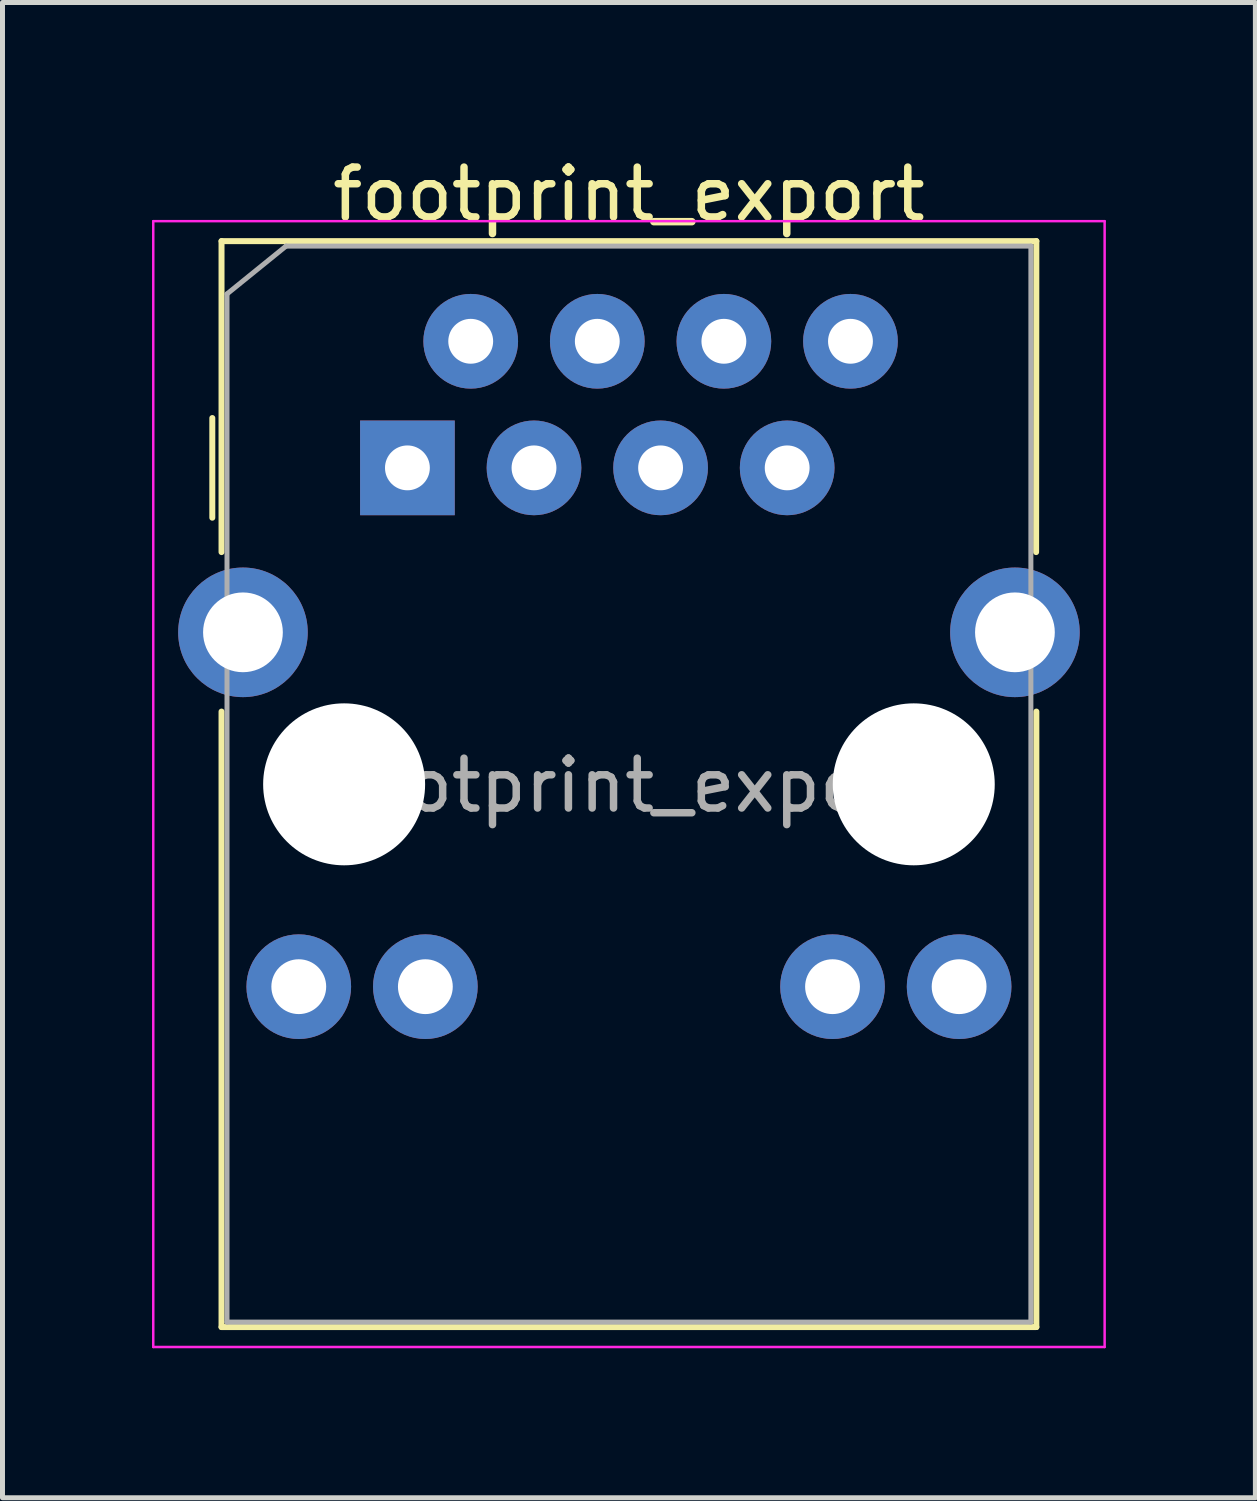
<source format=kicad_pcb>
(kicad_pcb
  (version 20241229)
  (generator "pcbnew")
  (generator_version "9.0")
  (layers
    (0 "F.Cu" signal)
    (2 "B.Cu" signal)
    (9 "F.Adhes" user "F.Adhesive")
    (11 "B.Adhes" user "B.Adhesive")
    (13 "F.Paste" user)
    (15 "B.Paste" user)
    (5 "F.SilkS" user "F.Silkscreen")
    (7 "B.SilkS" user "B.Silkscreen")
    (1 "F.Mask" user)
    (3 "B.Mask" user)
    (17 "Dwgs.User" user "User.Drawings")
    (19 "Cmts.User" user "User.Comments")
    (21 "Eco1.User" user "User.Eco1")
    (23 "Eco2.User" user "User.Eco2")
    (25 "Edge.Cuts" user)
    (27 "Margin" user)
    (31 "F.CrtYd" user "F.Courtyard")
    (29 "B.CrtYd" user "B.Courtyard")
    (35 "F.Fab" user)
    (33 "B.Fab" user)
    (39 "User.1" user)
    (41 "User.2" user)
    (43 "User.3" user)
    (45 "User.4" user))
  (footprint "footprint_export"
    (layer "F.Cu")
    (at 5.125 6.338)
    (property "Reference" "footprint_export" (at 4.445 -5.49 0) (layer "F.SilkS") (effects (font (size 1 1) (thickness 0.15))))
    (attr through_hole)
    (fp_line (start -3.915 -1) (end -3.915 1) (stroke (width 0.12) (type solid)) (layer "F.SilkS"))
    (fp_line (start -3.73 -4.55) (end 12.62 -4.55) (stroke (width 0.12) (type solid)) (layer "F.SilkS"))
    (fp_line (start -3.73 1.69) (end -3.73 -4.55) (stroke (width 0.12) (type solid)) (layer "F.SilkS"))
    (fp_line (start -3.73 17.24) (end -3.73 4.89) (stroke (width 0.12) (type solid)) (layer "F.SilkS"))
    (fp_line (start 12.62 -4.55) (end 12.615 1.69) (stroke (width 0.12) (type solid)) (layer "F.SilkS"))
    (fp_line (start 12.62 4.89) (end 12.62 17.24) (stroke (width 0.12) (type solid)) (layer "F.SilkS"))
    (fp_line (start 12.62 17.24) (end -3.73 17.24) (stroke (width 0.12) (type solid)) (layer "F.SilkS"))
    (fp_line (start -5.1 -4.95) (end -5.1 17.64) (stroke (width 0.05) (type solid)) (layer "F.CrtYd"))
    (fp_line (start -5.1 17.64) (end 13.99 17.64) (stroke (width 0.05) (type solid)) (layer "F.CrtYd"))
    (fp_line (start 13.99 -4.95) (end -5.1 -4.95) (stroke (width 0.05) (type solid)) (layer "F.CrtYd"))
    (fp_line (start 13.99 17.64) (end 13.99 -4.95) (stroke (width 0.05) (type solid)) (layer "F.CrtYd"))
    (fp_line (start -3.62 -3.49) (end -2.435 -4.45) (stroke (width 0.1) (type solid)) (layer "F.Fab"))
    (fp_line (start -3.62 17.14) (end -3.62 -3.49) (stroke (width 0.1) (type solid)) (layer "F.Fab"))
    (fp_line (start -2.435 -4.45) (end 12.51 -4.45) (stroke (width 0.1) (type solid)) (layer "F.Fab"))
    (fp_line (start 12.51 -4.45) (end 12.51 17.14) (stroke (width 0.1) (type solid)) (layer "F.Fab"))
    (fp_line (start 12.51 17.14) (end -3.62 17.14) (stroke (width 0.1) (type solid)) (layer "F.Fab"))
    (fp_text user "${REFERENCE}" (at 4.445 6.37 0) (layer "F.Fab") (effects (font (size 1 1) (thickness 0.15))))
    (pad "" np_thru_hole circle (at -1.27 6.35) (size 3.25 3.25) (drill 3.25) (layers "*.Cu" "*.Mask"))
    (pad "" np_thru_hole circle (at 10.16 6.35) (size 3.25 3.25) (drill 3.25) (layers "*.Cu" "*.Mask"))
    (pad "1" thru_hole rect (at 0 0) (size 1.9 1.9) (drill 0.9) (layers "*.Cu" "*.Mask"))
    (pad "2" thru_hole circle (at 1.27 -2.54) (size 1.9 1.9) (drill 0.9) (layers "*.Cu" "*.Mask"))
    (pad "3" thru_hole circle (at 2.54 0) (size 1.9 1.9) (drill 0.9) (layers "*.Cu" "*.Mask"))
    (pad "4" thru_hole circle (at 3.81 -2.54) (size 1.9 1.9) (drill 0.9) (layers "*.Cu" "*.Mask"))
    (pad "5" thru_hole circle (at 5.08 0) (size 1.9 1.9) (drill 0.9) (layers "*.Cu" "*.Mask"))
    (pad "6" thru_hole circle (at 6.35 -2.54) (size 1.9 1.9) (drill 0.9) (layers "*.Cu" "*.Mask"))
    (pad "7" thru_hole circle (at 7.62 0) (size 1.9 1.9) (drill 0.9) (layers "*.Cu" "*.Mask"))
    (pad "8" thru_hole circle (at 8.89 -2.54) (size 1.9 1.9) (drill 0.9) (layers "*.Cu" "*.Mask"))
    (pad "L1" thru_hole circle (at -2.18 10.41) (size 2.1 2.1) (drill 1.1) (layers "*.Cu" "*.Mask"))
    (pad "L2" thru_hole circle (at 0.36 10.41) (size 2.1 2.1) (drill 1.1) (layers "*.Cu" "*.Mask"))
    (pad "L3" thru_hole circle (at 8.53 10.41) (size 2.1 2.1) (drill 1.1) (layers "*.Cu" "*.Mask"))
    (pad "L4" thru_hole circle (at 11.07 10.41) (size 2.1 2.1) (drill 1.1) (layers "*.Cu" "*.Mask"))
    (pad "SH" thru_hole circle (at -3.3 3.3) (size 2.6 2.6) (drill 1.6) (layers "*.Cu" "*.Mask"))
    (pad "SH" thru_hole circle (at 12.19 3.3) (size 2.6 2.6) (drill 1.6) (layers "*.Cu" "*.Mask")))
  (gr_rect
    (start -3 -3)
    (end 22.14 27.003)
    (stroke (width 0.1) (type default))
    (fill no)
    (layer "Edge.Cuts")))
</source>
